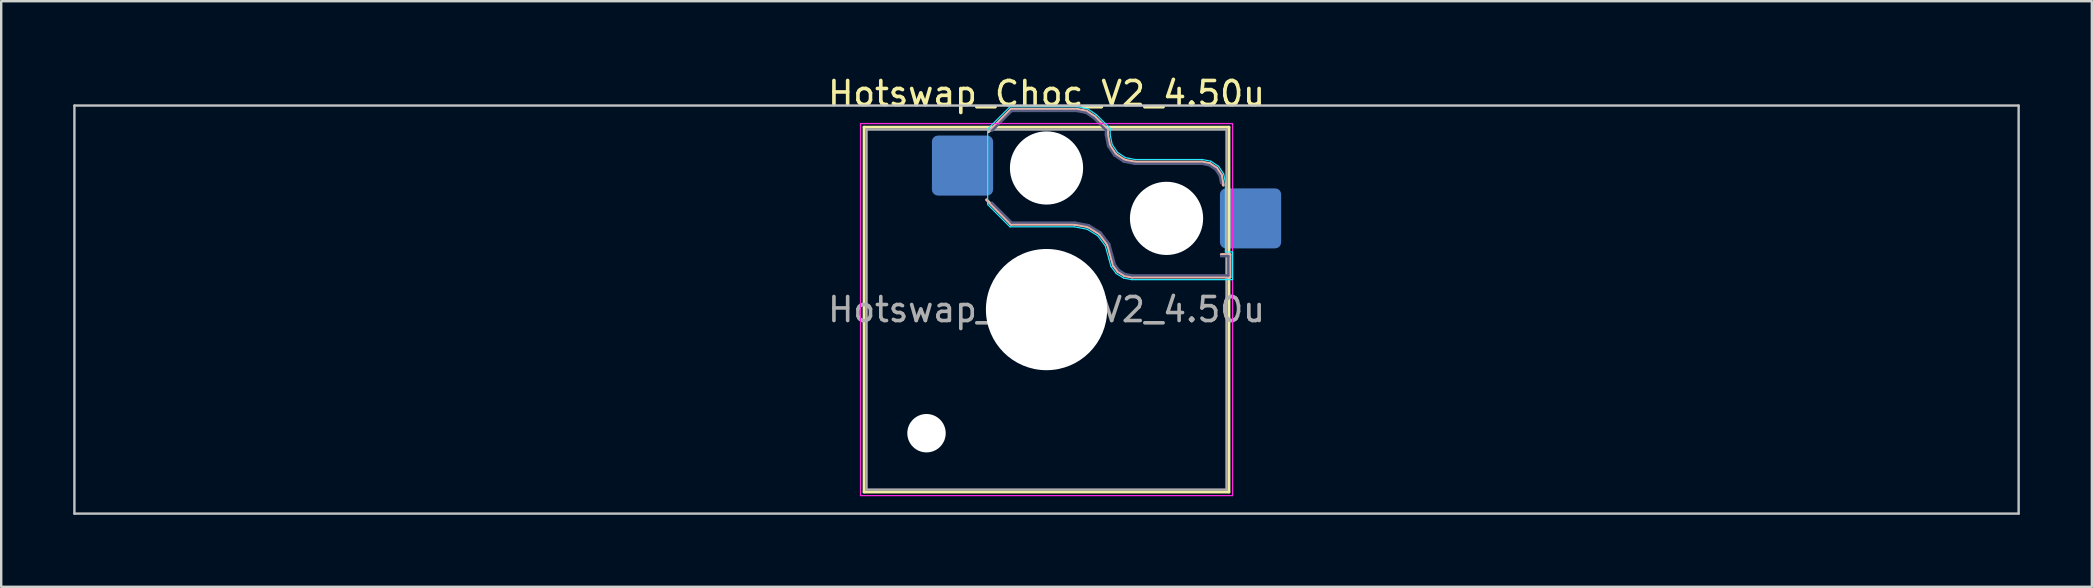
<source format=kicad_pcb>
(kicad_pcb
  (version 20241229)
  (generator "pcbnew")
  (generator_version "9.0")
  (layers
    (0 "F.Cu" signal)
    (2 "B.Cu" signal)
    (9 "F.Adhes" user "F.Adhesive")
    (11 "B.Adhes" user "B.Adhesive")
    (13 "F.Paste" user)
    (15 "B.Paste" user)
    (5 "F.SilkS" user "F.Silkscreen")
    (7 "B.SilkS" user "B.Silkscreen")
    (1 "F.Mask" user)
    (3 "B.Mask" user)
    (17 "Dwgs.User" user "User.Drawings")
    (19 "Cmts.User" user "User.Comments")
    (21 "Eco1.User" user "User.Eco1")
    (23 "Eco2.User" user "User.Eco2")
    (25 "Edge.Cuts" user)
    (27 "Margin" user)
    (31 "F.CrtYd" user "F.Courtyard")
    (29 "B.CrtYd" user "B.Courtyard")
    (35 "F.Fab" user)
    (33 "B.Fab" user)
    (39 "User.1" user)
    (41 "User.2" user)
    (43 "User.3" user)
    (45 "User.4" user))
  (footprint "Hotswap_Choc_V2_4.50u"
    (layer "F.Cu")
    (at 40.55 9.848)
    (property "Reference" "Hotswap_Choc_V2_4.50u" (at 0 -9 0) (layer "F.SilkS") (effects (font (size 1 1) (thickness 0.15))))
    (attr smd)
    (fp_line (start -7.6 -7.6) (end -7.6 7.6) (stroke (width 0.12) (type solid)) (layer "F.SilkS"))
    (fp_line (start -7.6 7.6) (end 7.6 7.6) (stroke (width 0.12) (type solid)) (layer "F.SilkS"))
    (fp_line (start 7.6 -7.6) (end -7.6 -7.6) (stroke (width 0.12) (type solid)) (layer "F.SilkS"))
    (fp_line (start 7.6 7.6) (end 7.6 -7.6) (stroke (width 0.12) (type solid)) (layer "F.SilkS"))
    (fp_line (start -2.416 -7.409) (end -1.479 -8.346) (stroke (width 0.12) (type solid)) (layer "B.SilkS"))
    (fp_line (start -1.479 -8.346) (end 1.268 -8.346) (stroke (width 0.12) (type solid)) (layer "B.SilkS"))
    (fp_line (start -1.479 -3.554) (end -2.5 -4.575) (stroke (width 0.12) (type solid)) (layer "B.SilkS"))
    (fp_line (start 1.168 -3.554) (end -1.479 -3.554) (stroke (width 0.12) (type solid)) (layer "B.SilkS"))
    (fp_line (start 1.268 -8.346) (end 1.671 -8.266) (stroke (width 0.12) (type solid)) (layer "B.SilkS"))
    (fp_line (start 1.671 -8.266) (end 2.013 -8.037) (stroke (width 0.12) (type solid)) (layer "B.SilkS"))
    (fp_line (start 1.73 -3.449) (end 1.168 -3.554) (stroke (width 0.12) (type solid)) (layer "B.SilkS"))
    (fp_line (start 2.013 -8.037) (end 2.546 -7.504) (stroke (width 0.12) (type solid)) (layer "B.SilkS"))
    (fp_line (start 2.209 -3.15) (end 1.73 -3.449) (stroke (width 0.12) (type solid)) (layer "B.SilkS"))
    (fp_line (start 2.546 -7.504) (end 2.546 -7.282) (stroke (width 0.12) (type solid)) (layer "B.SilkS"))
    (fp_line (start 2.546 -7.282) (end 2.633 -6.844) (stroke (width 0.12) (type solid)) (layer "B.SilkS"))
    (fp_line (start 2.547 -2.697) (end 2.209 -3.15) (stroke (width 0.12) (type solid)) (layer "B.SilkS"))
    (fp_line (start 2.633 -6.844) (end 2.877 -6.477) (stroke (width 0.12) (type solid)) (layer "B.SilkS"))
    (fp_line (start 2.701 -2.139) (end 2.547 -2.697) (stroke (width 0.12) (type solid)) (layer "B.SilkS"))
    (fp_line (start 2.783 -1.841) (end 2.701 -2.139) (stroke (width 0.12) (type solid)) (layer "B.SilkS"))
    (fp_line (start 2.877 -6.477) (end 3.244 -6.233) (stroke (width 0.12) (type solid)) (layer "B.SilkS"))
    (fp_line (start 2.976 -1.583) (end 2.783 -1.841) (stroke (width 0.12) (type solid)) (layer "B.SilkS"))
    (fp_line (start 3.244 -6.233) (end 3.682 -6.146) (stroke (width 0.12) (type solid)) (layer "B.SilkS"))
    (fp_line (start 3.25 -1.413) (end 2.976 -1.583) (stroke (width 0.12) (type solid)) (layer "B.SilkS"))
    (fp_line (start 3.56 -1.354) (end 3.25 -1.413) (stroke (width 0.12) (type solid)) (layer "B.SilkS"))
    (fp_line (start 3.682 -6.146) (end 6.482 -6.146) (stroke (width 0.12) (type solid)) (layer "B.SilkS"))
    (fp_line (start 6.482 -6.146) (end 6.809 -6.081) (stroke (width 0.12) (type solid)) (layer "B.SilkS"))
    (fp_line (start 6.809 -6.081) (end 7.092 -5.892) (stroke (width 0.12) (type solid)) (layer "B.SilkS"))
    (fp_line (start 7.092 -5.892) (end 7.281 -5.609) (stroke (width 0.12) (type solid)) (layer "B.SilkS"))
    (fp_line (start 7.281 -5.609) (end 7.366 -5.182) (stroke (width 0.12) (type solid)) (layer "B.SilkS"))
    (fp_line (start 7.283 -2.296) (end 7.646 -2.296) (stroke (width 0.12) (type solid)) (layer "B.SilkS"))
    (fp_line (start 7.646 -2.296) (end 7.646 -1.354) (stroke (width 0.12) (type solid)) (layer "B.SilkS"))
    (fp_line (start 7.646 -1.354) (end 3.56 -1.354) (stroke (width 0.12) (type solid)) (layer "B.SilkS"))
    (fp_line (start -40.5 -8.5) (end -40.5 8.5) (stroke (width 0.1) (type solid)) (layer "Dwgs.User"))
    (fp_line (start -40.5 8.5) (end 40.5 8.5) (stroke (width 0.1) (type solid)) (layer "Dwgs.User"))
    (fp_line (start 40.5 -8.5) (end -40.5 -8.5) (stroke (width 0.1) (type solid)) (layer "Dwgs.User"))
    (fp_line (start 40.5 8.5) (end 40.5 -8.5) (stroke (width 0.1) (type solid)) (layer "Dwgs.User"))
    (fp_line (start -7.25 -7.25) (end -7.25 7.25) (stroke (width 0.1) (type solid)) (layer "Eco1.User"))
    (fp_line (start -7.25 7.25) (end 7.25 7.25) (stroke (width 0.1) (type solid)) (layer "Eco1.User"))
    (fp_line (start 7.25 -7.25) (end -7.25 -7.25) (stroke (width 0.1) (type solid)) (layer "Eco1.User"))
    (fp_line (start 7.25 7.25) (end 7.25 -7.25) (stroke (width 0.1) (type solid)) (layer "Eco1.User"))
    (fp_line (start -2.452 -7.523) (end -1.523 -8.452) (stroke (width 0.05) (type solid)) (layer "B.CrtYd"))
    (fp_line (start -2.452 -4.377) (end -2.452 -7.523) (stroke (width 0.05) (type solid)) (layer "B.CrtYd"))
    (fp_line (start -1.523 -8.452) (end 1.278 -8.452) (stroke (width 0.05) (type solid)) (layer "B.CrtYd"))
    (fp_line (start -1.523 -3.448) (end -2.452 -4.377) (stroke (width 0.05) (type solid)) (layer "B.CrtYd"))
    (fp_line (start 1.159 -3.448) (end -1.523 -3.448) (stroke (width 0.05) (type solid)) (layer "B.CrtYd"))
    (fp_line (start 1.278 -8.452) (end 1.712 -8.366) (stroke (width 0.05) (type solid)) (layer "B.CrtYd"))
    (fp_line (start 1.691 -3.348) (end 1.159 -3.448) (stroke (width 0.05) (type solid)) (layer "B.CrtYd"))
    (fp_line (start 1.712 -8.366) (end 2.081 -8.119) (stroke (width 0.05) (type solid)) (layer "B.CrtYd"))
    (fp_line (start 2.081 -8.119) (end 2.652 -7.548) (stroke (width 0.05) (type solid)) (layer "B.CrtYd"))
    (fp_line (start 2.136 -3.071) (end 1.691 -3.348) (stroke (width 0.05) (type solid)) (layer "B.CrtYd"))
    (fp_line (start 2.45 -2.65) (end 2.136 -3.071) (stroke (width 0.05) (type solid)) (layer "B.CrtYd"))
    (fp_line (start 2.599 -2.111) (end 2.45 -2.65) (stroke (width 0.05) (type solid)) (layer "B.CrtYd"))
    (fp_line (start 2.652 -7.548) (end 2.652 -7.292) (stroke (width 0.05) (type solid)) (layer "B.CrtYd"))
    (fp_line (start 2.652 -7.292) (end 2.733 -6.885) (stroke (width 0.05) (type solid)) (layer "B.CrtYd"))
    (fp_line (start 2.687 -1.794) (end 2.599 -2.111) (stroke (width 0.05) (type solid)) (layer "B.CrtYd"))
    (fp_line (start 2.733 -6.885) (end 2.953 -6.553) (stroke (width 0.05) (type solid)) (layer "B.CrtYd"))
    (fp_line (start 2.903 -1.503) (end 2.687 -1.794) (stroke (width 0.05) (type solid)) (layer "B.CrtYd"))
    (fp_line (start 2.953 -6.553) (end 3.285 -6.333) (stroke (width 0.05) (type solid)) (layer "B.CrtYd"))
    (fp_line (start 3.211 -1.312) (end 2.903 -1.503) (stroke (width 0.05) (type solid)) (layer "B.CrtYd"))
    (fp_line (start 3.285 -6.333) (end 3.692 -6.252) (stroke (width 0.05) (type solid)) (layer "B.CrtYd"))
    (fp_line (start 3.55 -1.248) (end 3.211 -1.312) (stroke (width 0.05) (type solid)) (layer "B.CrtYd"))
    (fp_line (start 3.692 -6.252) (end 6.492 -6.252) (stroke (width 0.05) (type solid)) (layer "B.CrtYd"))
    (fp_line (start 6.492 -6.252) (end 6.85 -6.181) (stroke (width 0.05) (type solid)) (layer "B.CrtYd"))
    (fp_line (start 6.85 -6.181) (end 7.168 -5.968) (stroke (width 0.05) (type solid)) (layer "B.CrtYd"))
    (fp_line (start 7.168 -5.968) (end 7.381 -5.65) (stroke (width 0.05) (type solid)) (layer "B.CrtYd"))
    (fp_line (start 7.381 -5.65) (end 7.452 -5.292) (stroke (width 0.05) (type solid)) (layer "B.CrtYd"))
    (fp_line (start 7.452 -5.292) (end 7.452 -2.402) (stroke (width 0.05) (type solid)) (layer "B.CrtYd"))
    (fp_line (start 7.452 -2.402) (end 7.752 -2.402) (stroke (width 0.05) (type solid)) (layer "B.CrtYd"))
    (fp_line (start 7.752 -2.402) (end 7.752 -1.248) (stroke (width 0.05) (type solid)) (layer "B.CrtYd"))
    (fp_line (start 7.752 -1.248) (end 3.55 -1.248) (stroke (width 0.05) (type solid)) (layer "B.CrtYd"))
    (fp_line (start -7.75 -7.75) (end -7.75 7.75) (stroke (width 0.05) (type solid)) (layer "F.CrtYd"))
    (fp_line (start -7.75 7.75) (end 7.75 7.75) (stroke (width 0.05) (type solid)) (layer "F.CrtYd"))
    (fp_line (start 7.75 -7.75) (end -7.75 -7.75) (stroke (width 0.05) (type solid)) (layer "F.CrtYd"))
    (fp_line (start 7.75 7.75) (end 7.75 -7.75) (stroke (width 0.05) (type solid)) (layer "F.CrtYd"))
    (fp_line (start -2.275 -7.45) (end -1.45 -8.275) (stroke (width 0.1) (type solid)) (layer "B.Fab"))
    (fp_line (start -1.45 -8.275) (end 1.261 -8.275) (stroke (width 0.1) (type solid)) (layer "B.Fab"))
    (fp_line (start -1.45 -3.625) (end -2.275 -4.45) (stroke (width 0.1) (type solid)) (layer "B.Fab"))
    (fp_line (start 1.175 -3.625) (end -1.45 -3.625) (stroke (width 0.1) (type solid)) (layer "B.Fab"))
    (fp_line (start 1.261 -8.275) (end 1.643 -8.199) (stroke (width 0.1) (type solid)) (layer "B.Fab"))
    (fp_line (start 1.643 -8.199) (end 1.968 -7.982) (stroke (width 0.1) (type solid)) (layer "B.Fab"))
    (fp_line (start 1.756 -3.516) (end 1.175 -3.625) (stroke (width 0.1) (type solid)) (layer "B.Fab"))
    (fp_line (start 1.968 -7.982) (end 2.475 -7.475) (stroke (width 0.1) (type solid)) (layer "B.Fab"))
    (fp_line (start 2.258 -3.203) (end 1.756 -3.516) (stroke (width 0.1) (type solid)) (layer "B.Fab"))
    (fp_line (start 2.475 -7.475) (end 2.475 -7.275) (stroke (width 0.1) (type solid)) (layer "B.Fab"))
    (fp_line (start 2.475 -7.275) (end 2.566 -6.816) (stroke (width 0.1) (type solid)) (layer "B.Fab"))
    (fp_line (start 2.566 -6.816) (end 2.826 -6.426) (stroke (width 0.1) (type solid)) (layer "B.Fab"))
    (fp_line (start 2.612 -2.729) (end 2.258 -3.203) (stroke (width 0.1) (type solid)) (layer "B.Fab"))
    (fp_line (start 2.769 -2.158) (end 2.612 -2.729) (stroke (width 0.1) (type solid)) (layer "B.Fab"))
    (fp_line (start 2.826 -6.426) (end 3.216 -6.166) (stroke (width 0.1) (type solid)) (layer "B.Fab"))
    (fp_line (start 2.848 -1.873) (end 2.769 -2.158) (stroke (width 0.1) (type solid)) (layer "B.Fab"))
    (fp_line (start 3.025 -1.636) (end 2.848 -1.873) (stroke (width 0.1) (type solid)) (layer "B.Fab"))
    (fp_line (start 3.216 -6.166) (end 3.675 -6.075) (stroke (width 0.1) (type solid)) (layer "B.Fab"))
    (fp_line (start 3.276 -1.48) (end 3.025 -1.636) (stroke (width 0.1) (type solid)) (layer "B.Fab"))
    (fp_line (start 3.567 -1.425) (end 3.276 -1.48) (stroke (width 0.1) (type solid)) (layer "B.Fab"))
    (fp_line (start 3.675 -6.075) (end 6.475 -6.075) (stroke (width 0.1) (type solid)) (layer "B.Fab"))
    (fp_line (start 6.475 -6.075) (end 6.781 -6.014) (stroke (width 0.1) (type solid)) (layer "B.Fab"))
    (fp_line (start 6.781 -6.014) (end 7.041 -5.841) (stroke (width 0.1) (type solid)) (layer "B.Fab"))
    (fp_line (start 7.041 -5.841) (end 7.214 -5.581) (stroke (width 0.1) (type solid)) (layer "B.Fab"))
    (fp_line (start 7.214 -5.581) (end 7.275 -5.275) (stroke (width 0.1) (type solid)) (layer "B.Fab"))
    (fp_line (start 7.275 -2.225) (end 7.575 -2.225) (stroke (width 0.1) (type solid)) (layer "B.Fab"))
    (fp_line (start 7.575 -2.225) (end 7.575 -1.425) (stroke (width 0.1) (type solid)) (layer "B.Fab"))
    (fp_line (start 7.575 -1.425) (end 3.567 -1.425) (stroke (width 0.1) (type solid)) (layer "B.Fab"))
    (fp_line (start -7.5 -7.5) (end -7.5 7.5) (stroke (width 0.1) (type solid)) (layer "F.Fab"))
    (fp_line (start -7.5 7.5) (end 7.5 7.5) (stroke (width 0.1) (type solid)) (layer "F.Fab"))
    (fp_line (start 7.5 -7.5) (end -7.5 -7.5) (stroke (width 0.1) (type solid)) (layer "F.Fab"))
    (fp_line (start 7.5 7.5) (end 7.5 -7.5) (stroke (width 0.1) (type solid)) (layer "F.Fab"))
    (fp_text user "${REFERENCE}" (at 0 0 0) (layer "F.Fab") (effects (font (size 1 1) (thickness 0.15))))
    (pad "" np_thru_hole circle (at -5 5.15) (size 1.6 1.6) (drill 1.6) (layers "*.Cu" "*.Mask"))
    (pad "" np_thru_hole circle (at 0 -5.9) (size 3.05 3.05) (drill 3.05) (layers "*.Cu" "*.Mask"))
    (pad "" np_thru_hole circle (at 0 0) (size 5.05 5.05) (drill 5.05) (layers "*.Cu" "*.Mask"))
    (pad "" np_thru_hole circle (at 5 -3.8) (size 3.05 3.05) (drill 3.05) (layers "*.Cu" "*.Mask"))
    (pad "1" smd roundrect (at -3.5 -6) (size 2.55 2.5) (layers "B.Cu" "B.Mask" "B.Paste") (roundrect_rratio 0.1))
    (pad "2" smd roundrect (at 8.5 -3.8) (size 2.55 2.5) (layers "B.Cu" "B.Mask" "B.Paste") (roundrect_rratio 0.1)))
  (gr_rect
    (start -3 -3)
    (end 84.1 21.398)
    (stroke (width 0.1) (type default))
    (fill no)
    (layer "Edge.Cuts")))
</source>
